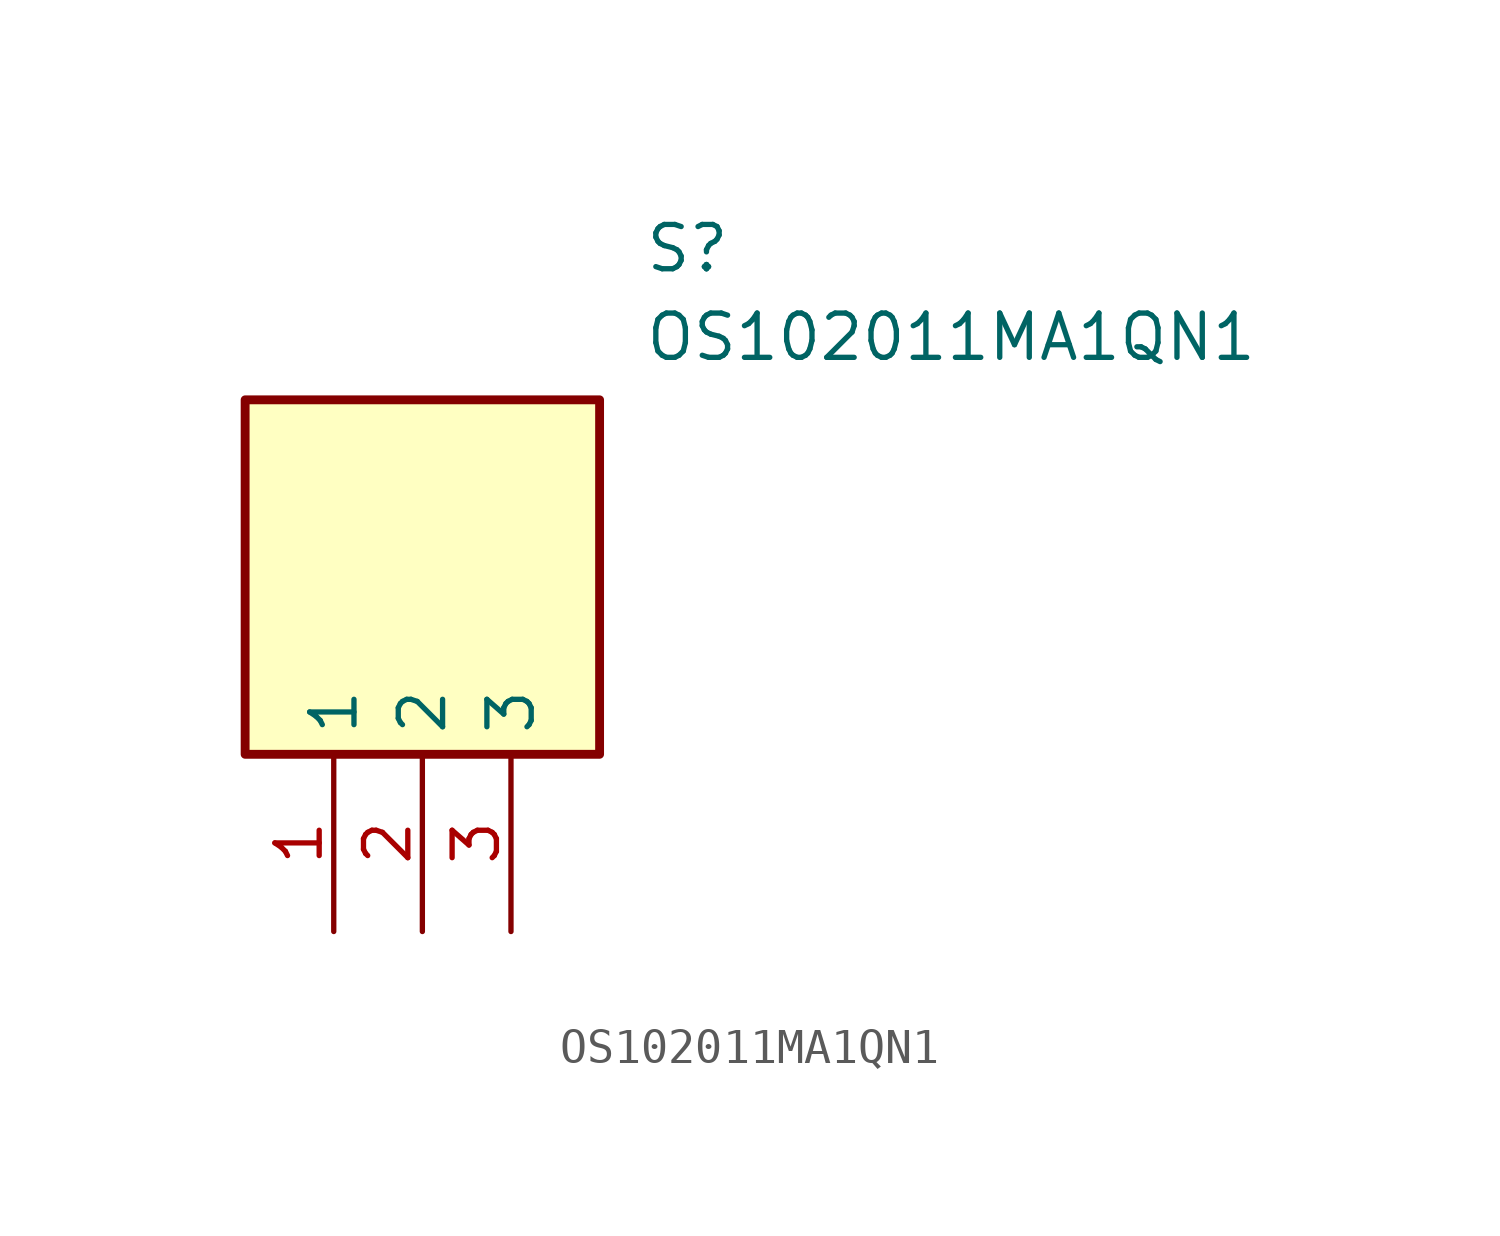
<source format=kicad_sym>
(kicad_symbol_lib
  (version 20220914)
  (generator SamacSys_ECAD_Model)
  (symbol "OS102011MA1QN1"
    (property "Reference" "S"
      (at 8.89 20.32 0)
      (effects (font (size 1.27 1.27)) (justify left top)))
    (property "Value" "OS102011MA1QN1"
      (at 8.89 17.78 0)
      (effects (font (size 1.27 1.27)) (justify left top)))
    (rectangle
      (start -2.54 15.24)
      (end 7.62 5.08)
      (stroke (width 0.254) (type default))
      (fill (type background)))
    (pin passive line
      (at 0 0 90)
      (length 5.08)
      (name "1" (effects (font (size 1.27 1.27))))
      (number "1" (effects (font (size 1.27 1.27)))))
    (pin passive line
      (at 2.54 0 90)
      (length 5.08)
      (name "2" (effects (font (size 1.27 1.27))))
      (number "2" (effects (font (size 1.27 1.27)))))
    (pin passive line
      (at 5.08 0 90)
      (length 5.08)
      (name "3" (effects (font (size 1.27 1.27))))
      (number "3" (effects (font (size 1.27 1.27)))))))
</source>
